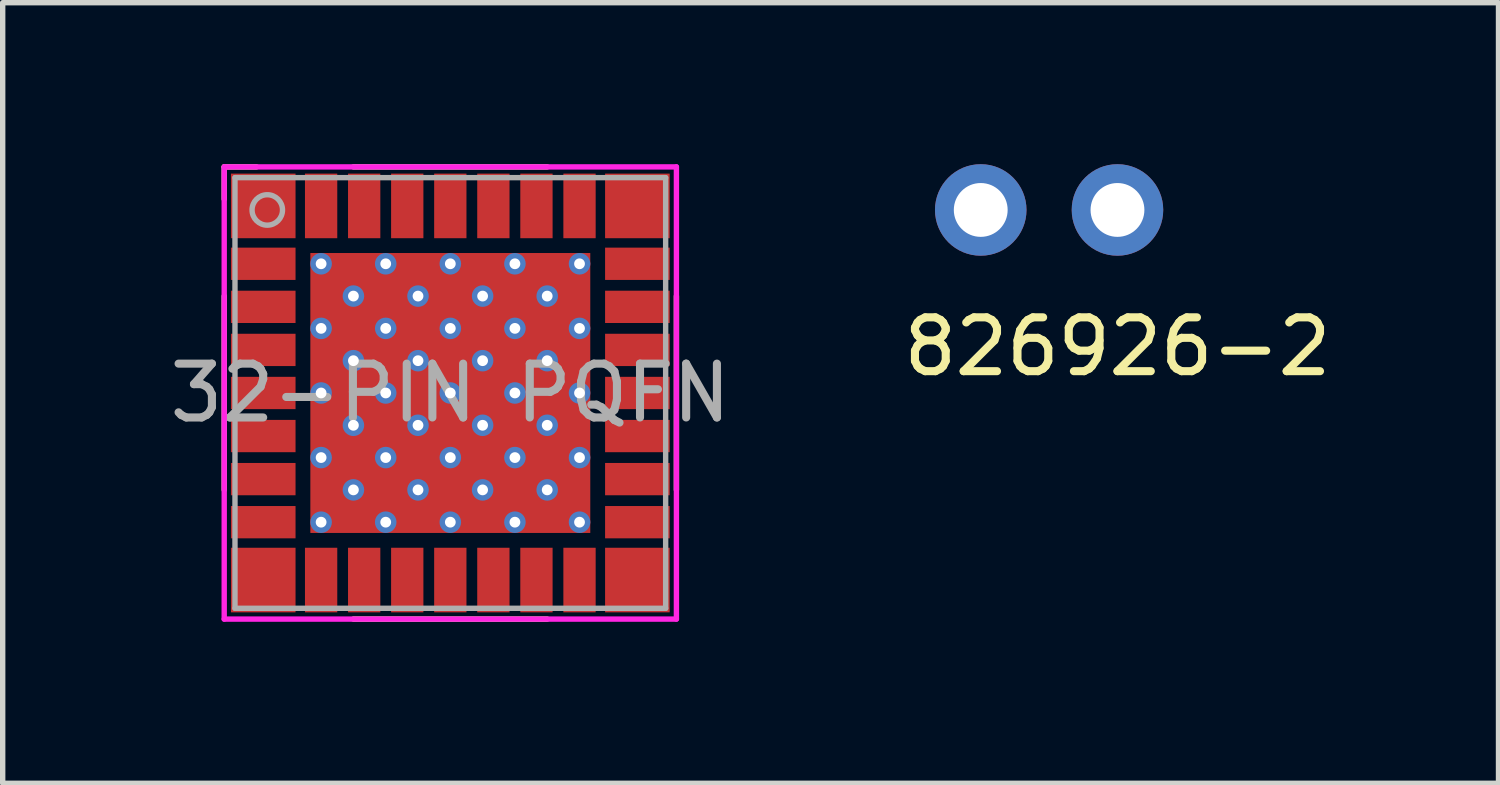
<source format=kicad_pcb>
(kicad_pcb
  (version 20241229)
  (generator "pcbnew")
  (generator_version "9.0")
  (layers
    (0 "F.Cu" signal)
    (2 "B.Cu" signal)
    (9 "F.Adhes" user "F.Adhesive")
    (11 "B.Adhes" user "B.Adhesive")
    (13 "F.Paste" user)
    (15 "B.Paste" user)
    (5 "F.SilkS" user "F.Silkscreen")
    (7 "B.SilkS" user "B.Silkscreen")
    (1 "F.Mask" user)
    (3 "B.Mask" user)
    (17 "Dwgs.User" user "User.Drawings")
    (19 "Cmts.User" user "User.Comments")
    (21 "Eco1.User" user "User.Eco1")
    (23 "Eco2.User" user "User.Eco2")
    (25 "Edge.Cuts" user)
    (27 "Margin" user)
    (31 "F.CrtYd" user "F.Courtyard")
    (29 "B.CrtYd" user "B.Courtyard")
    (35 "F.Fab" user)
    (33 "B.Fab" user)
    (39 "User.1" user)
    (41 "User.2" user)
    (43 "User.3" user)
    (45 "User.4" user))
  (footprint "826926-2"
    (layer "F.Cu")
    (at 17.708 0.85)
    (property "Reference" "826926-2" (at 0 2.54 0) (layer "F.SilkS") (effects (font (size 1 1) (thickness 0.15))))
    (attr through_hole)
    (pad "1" thru_hole circle (at -2.54 0) (size 1.7 1.7) (drill 1) (layers "*.Cu" "*.Mask"))
    (pad "2" thru_hole circle (at 0 0) (size 1.7 1.7) (drill 1) (layers "*.Cu" "*.Mask")))
  (footprint "32-PIN PQFN"
    (layer "F.Cu")
    (at 5.315 4.25)
    (property "Reference" "32-PIN PQFN" (at 0 0 0) (layer "F.Fab") (effects (font (size 1 1) (thickness 0.15))))
    (attr through_hole)
    (fp_line (start -4.2 -4.2) (end -3.6 -4.2) (stroke (width 0.1) (type solid)) (layer "F.SilkS"))
    (fp_line (start -4.2 -3.6) (end -4.2 -4.2) (stroke (width 0.1) (type solid)) (layer "F.SilkS"))
    (fp_line (start -4.2 1.8) (end -4.2 -1.8) (stroke (width 0.1) (type solid)) (layer "F.SilkS"))
    (fp_line (start -1.8 -4.2) (end 1.8 -4.2) (stroke (width 0.1) (type solid)) (layer "F.SilkS"))
    (fp_line (start 1.8 4.2) (end -1.8 4.2) (stroke (width 0.1) (type solid)) (layer "F.SilkS"))
    (fp_line (start 4.2 -1.8) (end 4.2 1.8) (stroke (width 0.1) (type solid)) (layer "F.SilkS"))
    (fp_line (start -4.2 -4.2) (end 4.2 -4.2) (stroke (width 0.1) (type solid)) (layer "F.CrtYd"))
    (fp_line (start -4.2 4.2) (end -4.2 -4.2) (stroke (width 0.1) (type solid)) (layer "F.CrtYd"))
    (fp_line (start 4.2 -4.2) (end 4.2 4.2) (stroke (width 0.1) (type solid)) (layer "F.CrtYd"))
    (fp_line (start 4.2 4.2) (end -4.2 4.2) (stroke (width 0.1) (type solid)) (layer "F.CrtYd"))
    (fp_line (start -4 -4) (end 4 -4) (stroke (width 0.1) (type solid)) (layer "F.Fab"))
    (fp_line (start -4 4) (end -4 -4) (stroke (width 0.1) (type solid)) (layer "F.Fab"))
    (fp_line (start 4 -4) (end 4 4) (stroke (width 0.1) (type solid)) (layer "F.Fab"))
    (fp_line (start 4 4) (end -4 4) (stroke (width 0.1) (type solid)) (layer "F.Fab"))
    (fp_circle (center -3.4 -3.4) (end -3.2 -3.2) (stroke (width 0.1) (type solid)) (fill no) (layer "F.Fab"))
    (pad "1" smd rect (at -3.475 -3.475) (size 1.2 1.2) (layers "F.Cu" "F.Mask" "F.Paste"))
    (pad "2" smd rect (at -3.475 -2.4) (size 1.2 0.6) (layers "F.Cu" "F.Mask" "F.Paste"))
    (pad "3" smd rect (at -3.475 -1.6) (size 1.2 0.6) (layers "F.Cu" "F.Mask" "F.Paste"))
    (pad "4" smd rect (at -3.475 -0.8) (size 1.2 0.6) (layers "F.Cu" "F.Mask" "F.Paste"))
    (pad "5" smd rect (at -3.475 0) (size 1.2 0.6) (layers "F.Cu" "F.Mask" "F.Paste"))
    (pad "6" smd rect (at -3.475 0.8) (size 1.2 0.6) (layers "F.Cu" "F.Mask" "F.Paste"))
    (pad "7" smd rect (at -3.475 1.6) (size 1.2 0.6) (layers "F.Cu" "F.Mask" "F.Paste"))
    (pad "8" smd rect (at -3.475 2.4) (size 1.2 0.6) (layers "F.Cu" "F.Mask" "F.Paste"))
    (pad "9" smd rect (at -3.475 3.475) (size 1.2 1.2) (layers "F.Cu" "F.Mask" "F.Paste"))
    (pad "10" smd rect (at -2.4 3.475 270) (size 1.2 0.6) (layers "F.Cu" "F.Mask" "F.Paste"))
    (pad "11" smd rect (at -1.6 3.475 270) (size 1.2 0.6) (layers "F.Cu" "F.Mask" "F.Paste"))
    (pad "12" smd rect (at -0.8 3.475 270) (size 1.2 0.6) (layers "F.Cu" "F.Mask" "F.Paste"))
    (pad "13" smd rect (at 0 3.475 270) (size 1.2 0.6) (layers "F.Cu" "F.Mask" "F.Paste"))
    (pad "14" smd rect (at 0.8 3.475 270) (size 1.2 0.6) (layers "F.Cu" "F.Mask" "F.Paste"))
    (pad "15" smd rect (at 1.6 3.475 270) (size 1.2 0.6) (layers "F.Cu" "F.Mask" "F.Paste"))
    (pad "16" smd rect (at 2.4 3.475 270) (size 1.2 0.6) (layers "F.Cu" "F.Mask" "F.Paste"))
    (pad "17" smd rect (at 3.475 3.475) (size 1.2 1.2) (layers "F.Cu" "F.Mask" "F.Paste"))
    (pad "18" smd rect (at 3.475 2.4) (size 1.2 0.6) (layers "F.Cu" "F.Mask" "F.Paste"))
    (pad "19" smd rect (at 3.475 1.6) (size 1.2 0.6) (layers "F.Cu" "F.Mask" "F.Paste"))
    (pad "20" smd rect (at 3.475 0.8) (size 1.2 0.6) (layers "F.Cu" "F.Mask" "F.Paste"))
    (pad "21" smd rect (at 3.475 0) (size 1.2 0.6) (layers "F.Cu" "F.Mask" "F.Paste"))
    (pad "22" smd rect (at 3.475 -0.8) (size 1.2 0.6) (layers "F.Cu" "F.Mask" "F.Paste"))
    (pad "23" smd rect (at 3.475 -1.6) (size 1.2 0.6) (layers "F.Cu" "F.Mask" "F.Paste"))
    (pad "24" smd rect (at 3.475 -2.4) (size 1.2 0.6) (layers "F.Cu" "F.Mask" "F.Paste"))
    (pad "25" smd rect (at 3.475 -3.475) (size 1.2 1.2) (layers "F.Cu" "F.Mask" "F.Paste"))
    (pad "26" smd rect (at 2.4 -3.475 270) (size 1.2 0.6) (layers "F.Cu" "F.Mask" "F.Paste"))
    (pad "27" smd rect (at 1.6 -3.475 270) (size 1.2 0.6) (layers "F.Cu" "F.Mask" "F.Paste"))
    (pad "28" smd rect (at 0.8 -3.475 270) (size 1.2 0.6) (layers "F.Cu" "F.Mask" "F.Paste"))
    (pad "29" smd rect (at 0 -3.475 270) (size 1.2 0.6) (layers "F.Cu" "F.Mask" "F.Paste"))
    (pad "30" smd rect (at -0.8 -3.475 270) (size 1.2 0.6) (layers "F.Cu" "F.Mask" "F.Paste"))
    (pad "31" smd rect (at -1.6 -3.475 270) (size 1.2 0.6) (layers "F.Cu" "F.Mask" "F.Paste"))
    (pad "32" smd rect (at -2.4 -3.475 270) (size 1.2 0.6) (layers "F.Cu" "F.Mask" "F.Paste"))
    (pad "33" thru_hole circle (at -2.4 -2.4) (size 0.4 0.4) (drill 0.2) (layers "*.Cu" "*.Mask"))
    (pad "33" thru_hole circle (at -2.4 -1.2) (size 0.4 0.4) (drill 0.2) (layers "*.Cu" "*.Mask"))
    (pad "33" thru_hole circle (at -2.4 0) (size 0.4 0.4) (drill 0.2) (layers "*.Cu" "*.Mask"))
    (pad "33" thru_hole circle (at -2.4 1.2) (size 0.4 0.4) (drill 0.2) (layers "*.Cu" "*.Mask"))
    (pad "33" thru_hole circle (at -2.4 2.4) (size 0.4 0.4) (drill 0.2) (layers "*.Cu" "*.Mask"))
    (pad "33" thru_hole circle (at -1.8 -1.8) (size 0.4 0.4) (drill 0.2) (layers "*.Cu" "*.Mask"))
    (pad "33" thru_hole circle (at -1.8 -0.6) (size 0.4 0.4) (drill 0.2) (layers "*.Cu" "*.Mask"))
    (pad "33" thru_hole circle (at -1.8 0.6) (size 0.4 0.4) (drill 0.2) (layers "*.Cu" "*.Mask"))
    (pad "33" thru_hole circle (at -1.8 1.8) (size 0.4 0.4) (drill 0.2) (layers "*.Cu" "*.Mask"))
    (pad "33" thru_hole circle (at -1.2 -2.4) (size 0.4 0.4) (drill 0.2) (layers "*.Cu" "*.Mask"))
    (pad "33" thru_hole circle (at -1.2 -1.2) (size 0.4 0.4) (drill 0.2) (layers "*.Cu" "*.Mask"))
    (pad "33" thru_hole circle (at -1.2 0) (size 0.4 0.4) (drill 0.2) (layers "*.Cu" "*.Mask"))
    (pad "33" thru_hole circle (at -1.2 1.2) (size 0.4 0.4) (drill 0.2) (layers "*.Cu" "*.Mask"))
    (pad "33" thru_hole circle (at -1.2 2.4) (size 0.4 0.4) (drill 0.2) (layers "*.Cu" "*.Mask"))
    (pad "33" thru_hole circle (at -0.6 -1.8) (size 0.4 0.4) (drill 0.2) (layers "*.Cu" "*.Mask"))
    (pad "33" thru_hole circle (at -0.6 -0.6) (size 0.4 0.4) (drill 0.2) (layers "*.Cu" "*.Mask"))
    (pad "33" thru_hole circle (at -0.6 0.6) (size 0.4 0.4) (drill 0.2) (layers "*.Cu" "*.Mask"))
    (pad "33" thru_hole circle (at -0.6 1.8) (size 0.4 0.4) (drill 0.2) (layers "*.Cu" "*.Mask"))
    (pad "33" thru_hole circle (at 0 -2.4) (size 0.4 0.4) (drill 0.2) (layers "*.Cu" "*.Mask"))
    (pad "33" thru_hole circle (at 0 -1.2) (size 0.4 0.4) (drill 0.2) (layers "*.Cu" "*.Mask"))
    (pad "33" thru_hole circle (at 0 0) (size 0.4 0.4) (drill 0.2) (layers "*.Cu" "*.Mask"))
    (pad "33" smd rect (at 0 0) (size 5.2 5.2) (layers "F.Cu" "F.Mask" "F.Paste"))
    (pad "33" thru_hole circle (at 0 1.2) (size 0.4 0.4) (drill 0.2) (layers "*.Cu" "*.Mask"))
    (pad "33" thru_hole circle (at 0 2.4) (size 0.4 0.4) (drill 0.2) (layers "*.Cu" "*.Mask"))
    (pad "33" thru_hole circle (at 0.6 -1.8) (size 0.4 0.4) (drill 0.2) (layers "*.Cu" "*.Mask"))
    (pad "33" thru_hole circle (at 0.6 -0.6) (size 0.4 0.4) (drill 0.2) (layers "*.Cu" "*.Mask"))
    (pad "33" thru_hole circle (at 0.6 0.6) (size 0.4 0.4) (drill 0.2) (layers "*.Cu" "*.Mask"))
    (pad "33" thru_hole circle (at 0.6 1.8) (size 0.4 0.4) (drill 0.2) (layers "*.Cu" "*.Mask"))
    (pad "33" thru_hole circle (at 1.2 -2.4) (size 0.4 0.4) (drill 0.2) (layers "*.Cu" "*.Mask"))
    (pad "33" thru_hole circle (at 1.2 -1.2) (size 0.4 0.4) (drill 0.2) (layers "*.Cu" "*.Mask"))
    (pad "33" thru_hole circle (at 1.2 0) (size 0.4 0.4) (drill 0.2) (layers "*.Cu" "*.Mask"))
    (pad "33" thru_hole circle (at 1.2 1.2) (size 0.4 0.4) (drill 0.2) (layers "*.Cu" "*.Mask"))
    (pad "33" thru_hole circle (at 1.2 2.4) (size 0.4 0.4) (drill 0.2) (layers "*.Cu" "*.Mask"))
    (pad "33" thru_hole circle (at 1.8 -1.8) (size 0.4 0.4) (drill 0.2) (layers "*.Cu" "*.Mask"))
    (pad "33" thru_hole circle (at 1.8 -0.6) (size 0.4 0.4) (drill 0.2) (layers "*.Cu" "*.Mask"))
    (pad "33" thru_hole circle (at 1.8 0.6) (size 0.4 0.4) (drill 0.2) (layers "*.Cu" "*.Mask"))
    (pad "33" thru_hole circle (at 1.8 1.8) (size 0.4 0.4) (drill 0.2) (layers "*.Cu" "*.Mask"))
    (pad "33" thru_hole circle (at 2.4 -2.4) (size 0.4 0.4) (drill 0.2) (layers "*.Cu" "*.Mask"))
    (pad "33" thru_hole circle (at 2.4 -1.2) (size 0.4 0.4) (drill 0.2) (layers "*.Cu" "*.Mask"))
    (pad "33" thru_hole circle (at 2.4 0) (size 0.4 0.4) (drill 0.2) (layers "*.Cu" "*.Mask"))
    (pad "33" thru_hole circle (at 2.4 1.2) (size 0.4 0.4) (drill 0.2) (layers "*.Cu" "*.Mask"))
    (pad "33" thru_hole circle (at 2.4 2.4) (size 0.4 0.4) (drill 0.2) (layers "*.Cu" "*.Mask")))
  (gr_rect
    (start -3 -3)
    (end 24.786 11.5)
    (stroke (width 0.1) (type default))
    (fill no)
    (layer "Edge.Cuts")))
</source>
